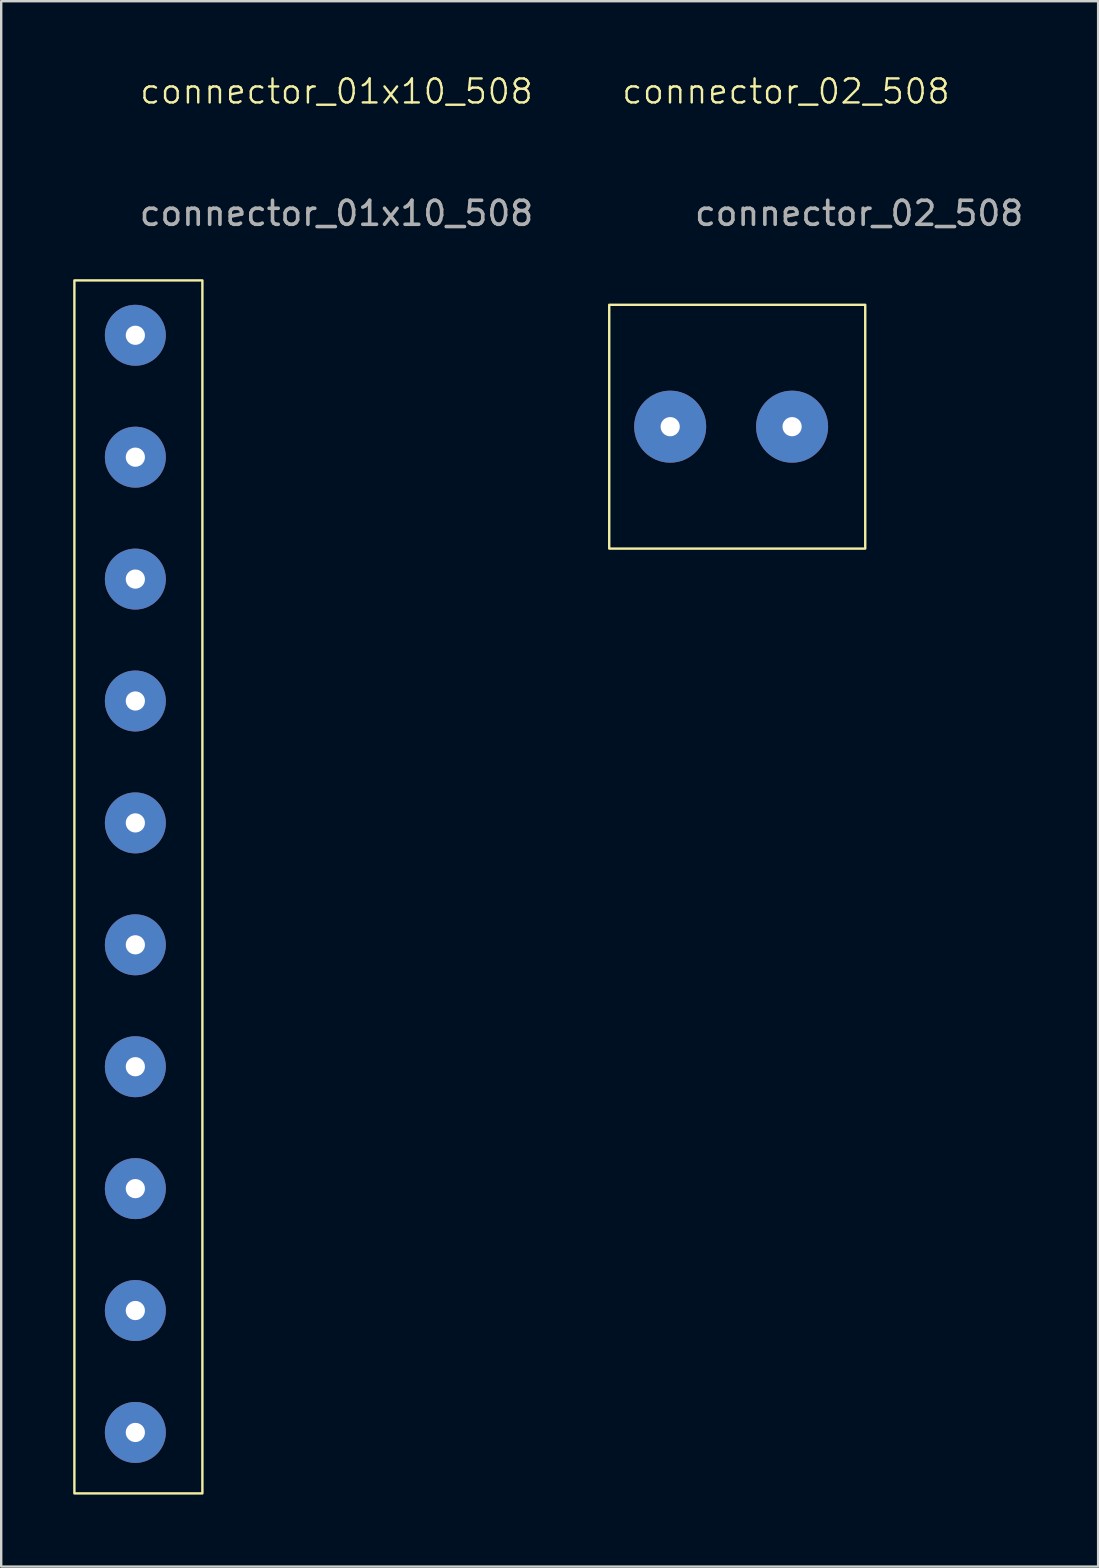
<source format=kicad_pcb>
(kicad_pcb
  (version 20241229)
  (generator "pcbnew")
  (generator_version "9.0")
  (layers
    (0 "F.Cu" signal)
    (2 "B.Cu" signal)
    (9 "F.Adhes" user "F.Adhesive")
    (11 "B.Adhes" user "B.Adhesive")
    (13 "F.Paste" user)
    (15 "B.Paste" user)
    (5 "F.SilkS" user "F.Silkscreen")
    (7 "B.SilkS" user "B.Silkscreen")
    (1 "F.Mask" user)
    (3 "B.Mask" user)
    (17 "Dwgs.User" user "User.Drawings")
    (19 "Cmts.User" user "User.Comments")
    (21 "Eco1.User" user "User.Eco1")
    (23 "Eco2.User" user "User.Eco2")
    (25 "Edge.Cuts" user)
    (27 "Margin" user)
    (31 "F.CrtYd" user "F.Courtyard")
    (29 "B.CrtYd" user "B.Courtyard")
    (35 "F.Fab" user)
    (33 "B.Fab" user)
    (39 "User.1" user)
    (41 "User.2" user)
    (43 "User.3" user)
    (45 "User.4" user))
  (footprint "connector_02_508"
    (layer "F.Cu")
    (at 24.877 14.73)
    (property "Reference" "connector_02_508" (at 4.826 -13.97 0) (unlocked yes) (layer "F.SilkS") (effects (font (size 1 1) (thickness 0.1))))
    (attr exclude_from_pos_files exclude_from_bom)
    (fp_rect (start -2.54 -5.08) (end 8.128 5.08) (stroke (width 0.1) (type default)) (fill no) (layer "F.SilkS"))
    (fp_text user "${REFERENCE}" (at 7.874 -8.89 0) (unlocked yes) (layer "F.Fab") (effects (font (size 1 1) (thickness 0.15))))
    (pad "1" thru_hole circle (at 0 0) (size 3 3) (drill 0.8) (layers "*.Cu" "*.Mask"))
    (pad "2" thru_hole circle (at 5.08 0) (size 3 3) (drill 0.8) (layers "*.Cu" "*.Mask")))
  (footprint "connector_01x10_508"
    (layer "F.Cu")
    (at 2.59 10.921)
    (property "Reference" "connector_01x10_508" (at 8.382 -10.16 0) (unlocked yes) (layer "F.SilkS") (effects (font (size 1 1) (thickness 0.1))))
    (attr exclude_from_pos_files exclude_from_bom)
    (fp_rect (start -2.54 -2.286) (end 2.794 48.26) (stroke (width 0.1) (type default)) (fill no) (layer "F.SilkS"))
    (fp_text user "${REFERENCE}" (at 8.382 -5.08 0) (unlocked yes) (layer "F.Fab") (effects (font (size 1 1) (thickness 0.15))))
    (pad "1" thru_hole circle (at 0 0) (size 2.54 2.54) (drill 0.8) (layers "*.Cu" "*.Mask"))
    (pad "2" thru_hole circle (at 0 5.08) (size 2.54 2.54) (drill 0.8) (layers "*.Cu" "*.Mask"))
    (pad "3" thru_hole circle (at 0 10.16) (size 2.54 2.54) (drill 0.8) (layers "*.Cu" "*.Mask"))
    (pad "4" thru_hole circle (at 0 15.24) (size 2.54 2.54) (drill 0.8) (layers "*.Cu" "*.Mask"))
    (pad "5" thru_hole circle (at 0 20.32) (size 2.54 2.54) (drill 0.8) (layers "*.Cu" "*.Mask"))
    (pad "6" thru_hole circle (at 0 25.4) (size 2.54 2.54) (drill 0.8) (layers "*.Cu" "*.Mask"))
    (pad "7" thru_hole circle (at 0 30.48) (size 2.54 2.54) (drill 0.8) (layers "*.Cu" "*.Mask"))
    (pad "8" thru_hole circle (at 0 35.56) (size 2.54 2.54) (drill 0.8) (layers "*.Cu" "*.Mask"))
    (pad "9" thru_hole circle (at 0 40.64) (size 2.54 2.54) (drill 0.8) (layers "*.Cu" "*.Mask"))
    (pad "10" thru_hole circle (at 0 45.72) (size 2.54 2.54) (drill 0.8) (layers "*.Cu" "*.Mask")))
  (gr_rect
    (start -3 -3)
    (end 42.71 62.23)
    (stroke (width 0.1) (type default))
    (fill no)
    (layer "Edge.Cuts")))
</source>
